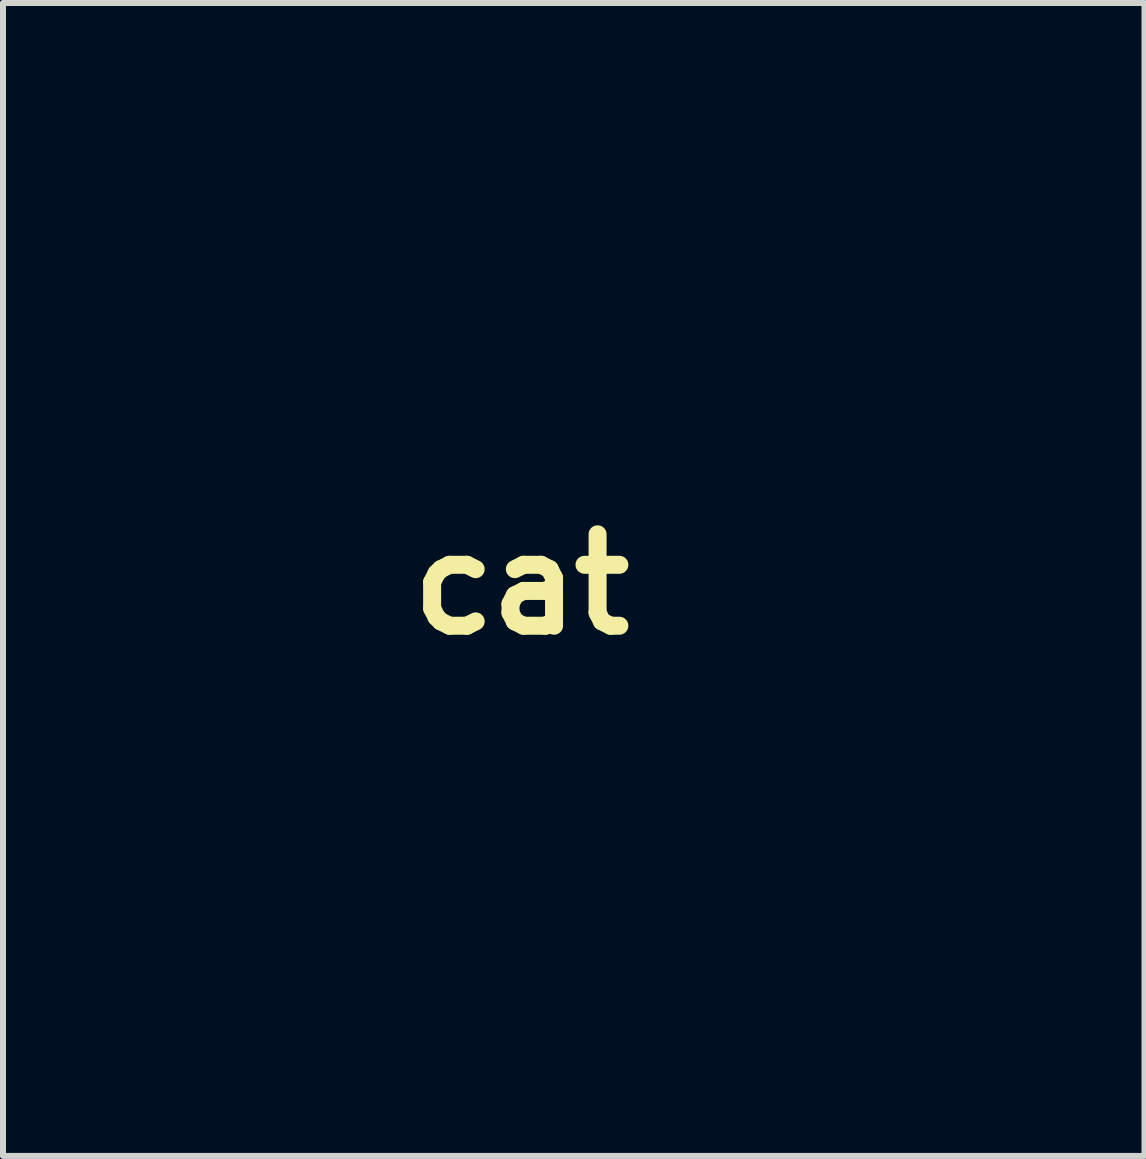
<source format=kicad_pcb>
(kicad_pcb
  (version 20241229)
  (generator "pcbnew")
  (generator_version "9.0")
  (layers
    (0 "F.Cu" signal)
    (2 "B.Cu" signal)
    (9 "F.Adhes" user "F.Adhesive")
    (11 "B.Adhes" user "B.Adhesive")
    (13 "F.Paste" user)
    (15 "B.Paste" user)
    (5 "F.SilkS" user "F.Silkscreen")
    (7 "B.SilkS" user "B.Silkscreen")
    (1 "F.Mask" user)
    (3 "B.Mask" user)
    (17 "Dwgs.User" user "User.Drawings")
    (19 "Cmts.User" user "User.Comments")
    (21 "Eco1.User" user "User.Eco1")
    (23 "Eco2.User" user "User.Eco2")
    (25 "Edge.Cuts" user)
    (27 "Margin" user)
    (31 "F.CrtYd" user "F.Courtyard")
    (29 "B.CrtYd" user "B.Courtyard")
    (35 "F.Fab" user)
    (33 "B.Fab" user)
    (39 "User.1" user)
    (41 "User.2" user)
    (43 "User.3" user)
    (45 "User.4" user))
  (footprint "cat"
    (layer "F.Cu")
    (at 5.64 6.69)
    (property "Reference" "cat" (at 0 0 0) (layer "F.SilkS") (effects (font (size 1.524 1.524) (thickness 0.3))))
    (attr board_only exclude_from_pos_files exclude_from_bom)
    (fp_poly (pts (xy -1.531 2.981) (xy -1.543 2.999) (xy -1.583 3.002) (xy -1.626 2.992) (xy -1.607 2.977) (xy -1.545 2.973)) (stroke (width 0) (type solid)) (fill yes) (layer "F.Paste"))
    (fp_poly (pts (xy -1.323 2.892) (xy -1.352 2.919) (xy -1.36 2.925) (xy -1.433 2.96) (xy -1.468 2.954) (xy -1.46 2.925) (xy -1.403 2.89) (xy -1.368 2.885)) (stroke (width 0) (type solid)) (fill yes) (layer "F.Paste"))
    (fp_poly (pts (xy 1.278 1.15) (xy 1.28 1.177) (xy 1.249 1.237) (xy 1.18 1.298) (xy 1.108 1.363) (xy 1.08 1.421) (xy 1.058 1.486) (xy 1.01 1.508) (xy 0.986 1.495) (xy 0.959 1.418) (xy 0.997 1.322) (xy 1.094 1.224) (xy 1.198 1.15) (xy 1.255 1.126)) (stroke (width 0) (type solid)) (fill yes) (layer "F.Paste"))
    (fp_poly (pts (xy 0.186 1.763) (xy 0.231 1.789) (xy 0.226 1.833) (xy 0.22 1.843) (xy 0.165 1.869) (xy 0.057 1.882) (xy -0.076 1.883) (xy -0.208 1.872) (xy -0.312 1.851) (xy -0.357 1.826) (xy -0.37 1.797) (xy -0.341 1.778) (xy -0.258 1.765) (xy -0.108 1.756) (xy -0.098 1.756) (xy 0.079 1.753)) (stroke (width 0) (type solid)) (fill yes) (layer "F.Paste"))
    (fp_poly (pts (xy -1.432 0.092) (xy -1.307 0.146) (xy -1.155 0.238) (xy -0.983 0.34) (xy -0.79 0.444) (xy -0.656 0.507) (xy -0.522 0.574) (xy -0.432 0.638) (xy -0.393 0.688) (xy -0.415 0.717) (xy -0.45 0.721) (xy -0.514 0.702) (xy -0.629 0.651) (xy -0.778 0.576) (xy -0.942 0.488) (xy -1.105 0.396) (xy -1.218 0.326) (xy -1.377 0.235) (xy -1.481 0.201) (xy -1.532 0.226) (xy -1.529 0.31) (xy -1.476 0.455) (xy -1.456 0.497) (xy -1.366 0.66) (xy -1.252 0.827) (xy -1.19 0.903) (xy -1.093 1.028) (xy -1.061 1.106) (xy -1.069 1.127) (xy -1.12 1.124) (xy -1.209 1.05) (xy -1.266 0.988) (xy -1.411 0.8) (xy -1.525 0.611) (xy -1.6 0.432) (xy -1.632 0.279) (xy -1.617 0.164) (xy -1.592 0.128) (xy -1.523 0.088)) (stroke (width 0) (type solid)) (fill yes) (layer "F.Paste"))
    (fp_poly (pts (xy -3.744 3.509) (xy -3.736 3.597) (xy -3.748 3.741) (xy -3.779 3.921) (xy -3.823 4.117) (xy -3.878 4.31) (xy -3.898 4.369) (xy -3.988 4.584) (xy -4.111 4.795) (xy -4.275 5.015) (xy -4.49 5.257) (xy -4.724 5.493) (xy -4.884 5.65) (xy -4.995 5.766) (xy -5.065 5.851) (xy -5.103 5.917) (xy -5.118 5.978) (xy -5.12 6.019) (xy -5.108 6.122) (xy -5.059 6.181) (xy -5 6.21) (xy -4.865 6.24) (xy -4.706 6.222) (xy -4.506 6.154) (xy -4.455 6.131) (xy -4.277 6.053) (xy -4.362 5.968) (xy -4.438 5.913) (xy -4.499 5.904) (xy -4.563 5.892) (xy -4.623 5.846) (xy -4.664 5.793) (xy -4.663 5.748) (xy -4.614 5.684) (xy -4.577 5.645) (xy -4.462 5.541) (xy -4.346 5.464) (xy -4.249 5.425) (xy -4.199 5.429) (xy -4.161 5.481) (xy -4.19 5.522) (xy -4.226 5.529) (xy -4.297 5.551) (xy -4.391 5.607) (xy -4.483 5.677) (xy -4.546 5.741) (xy -4.56 5.771) (xy -4.529 5.803) (xy -4.46 5.805) (xy -4.389 5.778) (xy -4.371 5.765) (xy -4.31 5.738) (xy -4.265 5.773) (xy -4.258 5.851) (xy -4.261 5.863) (xy -4.266 5.905) (xy -4.24 5.896) (xy -4.172 5.829) (xy -4.16 5.816) (xy -4.081 5.719) (xy -4.054 5.64) (xy -4.062 5.562) (xy -4.073 5.479) (xy -4.05 5.453) (xy -4.014 5.456) (xy -3.962 5.502) (xy -3.945 5.592) (xy -3.962 5.701) (xy -4.012 5.8) (xy -4.022 5.812) (xy -4.064 5.863) (xy -4.067 5.882) (xy -4.024 5.866) (xy -3.931 5.812) (xy -3.782 5.719) (xy -3.633 5.622) (xy -3.45 5.507) (xy -3.286 5.416) (xy -3.118 5.338) (xy -2.923 5.262) (xy -2.678 5.179) (xy -2.621 5.16) (xy -2.26 5.047) (xy -1.874 4.932) (xy -1.483 4.822) (xy -1.108 4.722) (xy -0.771 4.639) (xy -0.54 4.586) (xy -0.36 4.546) (xy -0.185 4.502) (xy -0.05 4.463) (xy -0.04 4.46) (xy 0.269 4.36) (xy 0.51 4.286) (xy 0.691 4.235) (xy 0.819 4.207) (xy 0.901 4.2) (xy 0.946 4.212) (xy 0.96 4.241) (xy 0.96 4.243) (xy 0.924 4.267) (xy 0.826 4.308) (xy 0.68 4.361) (xy 0.5 4.423) (xy 0.302 4.488) (xy 0.1 4.551) (xy -0.092 4.608) (xy -0.259 4.654) (xy -0.386 4.685) (xy -0.398 4.687) (xy -0.53 4.714) (xy -0.712 4.755) (xy -0.926 4.805) (xy -1.151 4.859) (xy -1.367 4.912) (xy -1.555 4.96) (xy -1.695 4.997) (xy -1.74 5.01) (xy -2.115 5.128) (xy -2.425 5.227) (xy -2.679 5.312) (xy -2.889 5.387) (xy -3.066 5.457) (xy -3.219 5.526) (xy -3.361 5.6) (xy -3.502 5.681) (xy -3.653 5.775) (xy -3.756 5.842) (xy -4.008 6.005) (xy -4.207 6.128) (xy -4.364 6.217) (xy -4.491 6.279) (xy -4.6 6.319) (xy -4.704 6.343) (xy -4.767 6.353) (xy -4.929 6.353) (xy -5.072 6.301) (xy -5.08 6.297) (xy -5.166 6.241) (xy -5.207 6.181) (xy -5.218 6.086) (xy -5.217 6.033) (xy -5.209 5.922) (xy -5.179 5.836) (xy -5.113 5.745) (xy -5.033 5.658) (xy -4.935 5.549) (xy -4.86 5.454) (xy -4.827 5.399) (xy -4.78 5.339) (xy -4.747 5.328) (xy -4.69 5.299) (xy -4.599 5.222) (xy -4.488 5.111) (xy -4.371 4.982) (xy -4.262 4.85) (xy -4.189 4.747) (xy -4.115 4.609) (xy -4.037 4.421) (xy -3.962 4.209) (xy -3.899 3.996) (xy -3.856 3.806) (xy -3.84 3.665) (xy -3.83 3.545) (xy -3.806 3.474) (xy -3.773 3.463)) (stroke (width 0) (type solid)) (fill yes) (layer "F.Paste"))
    (fp_poly (pts (xy 1.869 -6.669) (xy 1.863 -6.587) (xy 1.862 -6.584) (xy 1.857 -6.496) (xy 1.905 -6.423) (xy 1.942 -6.392) (xy 2.012 -6.32) (xy 2.044 -6.23) (xy 2.051 -6.118) (xy 2.054 -5.929) (xy 2.211 -5.929) (xy 2.347 -5.947) (xy 2.472 -5.991) (xy 2.483 -5.997) (xy 2.578 -6.038) (xy 2.627 -6.031) (xy 2.62 -5.988) (xy 2.559 -5.929) (xy 2.482 -5.838) (xy 2.473 -5.752) (xy 2.464 -5.677) (xy 2.414 -5.589) (xy 2.313 -5.471) (xy 2.283 -5.44) (xy 2.169 -5.313) (xy 2.105 -5.216) (xy 2.081 -5.13) (xy 2.08 -5.1) (xy 2.073 -4.992) (xy 2.055 -4.841) (xy 2.033 -4.692) (xy 2.015 -4.558) (xy 2.006 -4.405) (xy 2.006 -4.218) (xy 2.016 -3.981) (xy 2.032 -3.7) (xy 2.049 -3.462) (xy 2.065 -3.246) (xy 2.08 -3.067) (xy 2.092 -2.94) (xy 2.099 -2.885) (xy 2.117 -2.773) (xy 2.137 -2.644) (xy 2.137 -2.644) (xy 2.182 -2.338) (xy 2.229 -2.055) (xy 2.274 -1.811) (xy 2.315 -1.621) (xy 2.336 -1.542) (xy 2.372 -1.403) (xy 2.415 -1.203) (xy 2.462 -0.961) (xy 2.508 -0.698) (xy 2.552 -0.432) (xy 2.589 -0.183) (xy 2.602 -0.082) (xy 2.616 0.069) (xy 2.628 0.276) (xy 2.637 0.515) (xy 2.642 0.764) (xy 2.642 0.847) (xy 2.635 1.194) (xy 2.61 1.518) (xy 2.563 1.837) (xy 2.49 2.17) (xy 2.389 2.537) (xy 2.26 2.944) (xy 2.198 3.136) (xy 2.148 3.299) (xy 2.115 3.42) (xy 2.102 3.483) (xy 2.102 3.489) (xy 2.143 3.517) (xy 2.236 3.569) (xy 2.362 3.634) (xy 2.369 3.637) (xy 2.666 3.755) (xy 3.033 3.852) (xy 3.458 3.924) (xy 3.934 3.972) (xy 4.105 3.982) (xy 4.394 4.001) (xy 4.632 4.029) (xy 4.85 4.072) (xy 5.079 4.135) (xy 5.18 4.167) (xy 5.356 4.216) (xy 5.558 4.262) (xy 5.694 4.287) (xy 5.904 4.334) (xy 6.153 4.412) (xy 6.413 4.51) (xy 6.655 4.618) (xy 6.815 4.702) (xy 7.047 4.87) (xy 7.219 5.072) (xy 7.305 5.228) (xy 7.384 5.475) (xy 7.386 5.706) (xy 7.312 5.918) (xy 7.164 6.107) (xy 6.944 6.269) (xy 6.814 6.336) (xy 6.684 6.385) (xy 6.521 6.434) (xy 6.347 6.477) (xy 6.185 6.51) (xy 6.059 6.526) (xy 6 6.524) (xy 5.954 6.517) (xy 5.847 6.504) (xy 5.694 6.485) (xy 5.558 6.468) (xy 5.343 6.431) (xy 5.073 6.368) (xy 4.771 6.285) (xy 4.455 6.19) (xy 4.146 6.087) (xy 3.865 5.983) (xy 3.63 5.884) (xy 3.56 5.85) (xy 3.414 5.784) (xy 3.227 5.709) (xy 3.036 5.64) (xy 3.004 5.629) (xy 2.855 5.574) (xy 2.698 5.501) (xy 2.523 5.405) (xy 2.32 5.279) (xy 2.08 5.119) (xy 1.791 4.916) (xy 1.667 4.828) (xy 1.499 4.7) (xy 1.341 4.567) (xy 1.207 4.442) (xy 1.11 4.338) (xy 1.068 4.273) (xy 1.049 4.192) (xy 1.079 4.174) (xy 1.156 4.22) (xy 1.282 4.329) (xy 1.31 4.356) (xy 1.472 4.501) (xy 1.684 4.676) (xy 1.931 4.868) (xy 2.193 5.062) (xy 2.455 5.246) (xy 2.584 5.321) (xy 2.758 5.405) (xy 2.947 5.485) (xy 3.015 5.51) (xy 3.225 5.588) (xy 3.454 5.679) (xy 3.659 5.764) (xy 3.7 5.781) (xy 4.06 5.927) (xy 4.445 6.061) (xy 4.831 6.177) (xy 5.197 6.269) (xy 5.522 6.331) (xy 5.604 6.342) (xy 5.903 6.372) (xy 6.143 6.382) (xy 6.341 6.37) (xy 6.518 6.331) (xy 6.689 6.266) (xy 6.858 6.179) (xy 7.067 6.027) (xy 7.204 5.847) (xy 7.269 5.647) (xy 7.261 5.436) (xy 7.179 5.223) (xy 7.023 5.016) (xy 6.944 4.939) (xy 6.778 4.82) (xy 6.554 4.697) (xy 6.296 4.581) (xy 6.023 4.48) (xy 5.76 4.403) (xy 5.58 4.367) (xy 5.407 4.336) (xy 5.247 4.3) (xy 5.131 4.265) (xy 5.12 4.261) (xy 4.995 4.214) (xy 4.864 4.177) (xy 4.711 4.148) (xy 4.522 4.124) (xy 4.282 4.104) (xy 4 4.086) (xy 3.57 4.053) (xy 3.203 4.005) (xy 2.881 3.939) (xy 2.587 3.85) (xy 2.304 3.736) (xy 2.171 3.673) (xy 2.013 3.586) (xy 1.925 3.515) (xy 1.899 3.448) (xy 1.931 3.378) (xy 1.955 3.349) (xy 2.017 3.251) (xy 2.09 3.089) (xy 2.169 2.876) (xy 2.249 2.627) (xy 2.327 2.355) (xy 2.398 2.076) (xy 2.458 1.803) (xy 2.504 1.549) (xy 2.516 1.462) (xy 2.54 1.146) (xy 2.542 0.77) (xy 2.523 0.353) (xy 2.484 -0.087) (xy 2.427 -0.535) (xy 2.354 -0.971) (xy 2.267 -1.379) (xy 2.241 -1.482) (xy 2.201 -1.656) (xy 2.154 -1.888) (xy 2.105 -2.158) (xy 2.056 -2.445) (xy 2.013 -2.729) (xy 1.98 -2.965) (xy 1.945 -3.309) (xy 1.922 -3.679) (xy 1.911 -4.057) (xy 1.913 -4.42) (xy 1.928 -4.75) (xy 1.956 -5.025) (xy 1.964 -5.076) (xy 1.966 -5.14) (xy 1.965 -5.183) (xy 1.951 -5.234) (xy 1.908 -5.214) (xy 1.9 -5.208) (xy 1.85 -5.182) (xy 1.84 -5.202) (xy 1.811 -5.228) (xy 1.78 -5.223) (xy 1.717 -5.234) (xy 1.696 -5.264) (xy 1.646 -5.322) (xy 1.582 -5.313) (xy 1.525 -5.241) (xy 1.519 -5.226) (xy 1.487 -5.127) (xy 1.499 -5.072) (xy 1.567 -5.033) (xy 1.61 -5.016) (xy 1.691 -4.978) (xy 1.704 -4.949) (xy 1.68 -4.928) (xy 1.568 -4.89) (xy 1.474 -4.93) (xy 1.426 -4.995) (xy 1.394 -5.076) (xy 1.394 -5.156) (xy 1.428 -5.273) (xy 1.429 -5.276) (xy 1.476 -5.387) (xy 1.527 -5.439) (xy 1.581 -5.449) (xy 1.664 -5.435) (xy 1.698 -5.412) (xy 1.75 -5.391) (xy 1.793 -5.395) (xy 1.876 -5.383) (xy 1.917 -5.353) (xy 1.95 -5.327) (xy 1.995 -5.336) (xy 2.064 -5.39) (xy 2.164 -5.485) (xy 2.263 -5.592) (xy 2.333 -5.687) (xy 2.36 -5.749) (xy 2.348 -5.791) (xy 2.3 -5.807) (xy 2.195 -5.801) (xy 2.179 -5.799) (xy 2.067 -5.794) (xy 1.991 -5.805) (xy 1.977 -5.815) (xy 1.961 -5.873) (xy 1.945 -5.981) (xy 1.937 -6.058) (xy 1.917 -6.21) (xy 1.881 -6.295) (xy 1.821 -6.324) (xy 1.742 -6.314) (xy 1.642 -6.25) (xy 1.579 -6.128) (xy 1.56 -5.992) (xy 1.535 -5.896) (xy 1.499 -5.848) (xy 1.445 -5.822) (xy 1.386 -5.849) (xy 1.342 -5.887) (xy 1.236 -5.957) (xy 1.153 -5.954) (xy 1.101 -5.878) (xy 1.088 -5.807) (xy 1.098 -5.678) (xy 1.158 -5.591) (xy 1.199 -5.542) (xy 1.224 -5.476) (xy 1.236 -5.373) (xy 1.24 -5.212) (xy 1.24 -5.177) (xy 1.23 -4.957) (xy 1.203 -4.676) (xy 1.16 -4.35) (xy 1.105 -3.997) (xy 1.04 -3.633) (xy 0.967 -3.275) (xy 0.901 -2.985) (xy 0.85 -2.771) (xy 0.804 -2.573) (xy 0.768 -2.411) (xy 0.746 -2.302) (xy 0.743 -2.284) (xy 0.701 -2.015) (xy 0.672 -1.812) (xy 0.656 -1.66) (xy 0.652 -1.544) (xy 0.66 -1.452) (xy 0.678 -1.37) (xy 0.692 -1.322) (xy 0.737 -1.164) (xy 0.772 -0.997) (xy 0.778 -0.963) (xy 0.822 -0.797) (xy 0.896 -0.686) (xy 0.99 -0.641) (xy 1 -0.641) (xy 1.066 -0.664) (xy 1.168 -0.725) (xy 1.25 -0.784) (xy 1.361 -0.865) (xy 1.434 -0.899) (xy 1.491 -0.895) (xy 1.518 -0.882) (xy 1.575 -0.836) (xy 1.581 -0.802) (xy 1.566 -0.75) (xy 1.545 -0.637) (xy 1.52 -0.479) (xy 1.498 -0.334) (xy 1.471 -0.155) (xy 1.443 -0.006) (xy 1.42 0.095) (xy 1.405 0.131) (xy 1.399 0.182) (xy 1.407 0.292) (xy 1.429 0.442) (xy 1.445 0.532) (xy 1.5 0.88) (xy 1.516 1.171) (xy 1.494 1.399) (xy 1.462 1.504) (xy 1.426 1.603) (xy 1.431 1.634) (xy 1.475 1.598) (xy 1.56 1.493) (xy 1.686 1.32) (xy 1.693 1.311) (xy 1.822 1.128) (xy 1.962 0.93) (xy 2.088 0.751) (xy 2.122 0.703) (xy 2.214 0.571) (xy 2.286 0.462) (xy 2.329 0.393) (xy 2.334 0.383) (xy 2.368 0.361) (xy 2.379 0.368) (xy 2.369 0.41) (xy 2.322 0.504) (xy 2.244 0.637) (xy 2.142 0.794) (xy 2.134 0.806) (xy 1.993 1.02) (xy 1.895 1.17) (xy 1.84 1.261) (xy 1.825 1.296) (xy 1.849 1.277) (xy 1.897 1.222) (xy 1.961 1.157) (xy 1.997 1.139) (xy 2 1.146) (xy 1.976 1.2) (xy 1.913 1.3) (xy 1.821 1.431) (xy 1.713 1.576) (xy 1.599 1.721) (xy 1.49 1.85) (xy 1.443 1.903) (xy 1.339 2.033) (xy 1.249 2.177) (xy 1.22 2.236) (xy 1.161 2.348) (xy 1.099 2.428) (xy 1.077 2.445) (xy 1.037 2.475) (xy 1.03 2.522) (xy 1.053 2.609) (xy 1.067 2.653) (xy 1.105 2.845) (xy 1.093 3.035) (xy 1.034 3.197) (xy 0.982 3.267) (xy 0.833 3.382) (xy 0.652 3.473) (xy 0.472 3.526) (xy 0.388 3.533) (xy 0.244 3.507) (xy 0.139 3.443) (xy 0.13 3.428) (xy 0.44 3.428) (xy 0.472 3.426) (xy 0.554 3.397) (xy 0.59 3.382) (xy 0.698 3.336) (xy 0.778 3.302) (xy 0.79 3.297) (xy 0.836 3.246) (xy 0.84 3.225) (xy 0.872 3.167) (xy 0.898 3.151) (xy 0.955 3.09) (xy 0.983 2.976) (xy 0.98 2.831) (xy 0.943 2.677) (xy 0.939 2.666) (xy 0.881 2.536) (xy 0.839 2.48) (xy 0.816 2.492) (xy 0.815 2.567) (xy 0.839 2.699) (xy 0.864 2.794) (xy 0.871 2.868) (xy 0.844 2.883) (xy 0.799 2.846) (xy 0.749 2.762) (xy 0.746 2.754) (xy 0.692 2.624) (xy 0.662 2.836) (xy 0.624 3.003) (xy 0.563 3.172) (xy 0.536 3.229) (xy 0.481 3.335) (xy 0.447 3.409) (xy 0.44 3.428) (xy 0.13 3.428) (xy 0.089 3.353) (xy 0.088 3.311) (xy 0.118 3.238) (xy 0.162 3.215) (xy 0.195 3.246) (xy 0.2 3.282) (xy 0.216 3.353) (xy 0.259 3.363) (xy 0.318 3.323) (xy 0.385 3.243) (xy 0.45 3.135) (xy 0.503 3.009) (xy 0.532 2.903) (xy 0.54 2.789) (xy 0.501 2.724) (xy 0.403 2.695) (xy 0.344 2.69) (xy 0.226 2.676) (xy 0.135 2.652) (xy 0.124 2.647) (xy 0.038 2.636) (xy -0.097 2.671) (xy -0.284 2.753) (xy -0.524 2.883) (xy -0.82 3.063) (xy -1.174 3.293) (xy -1.288 3.369) (xy -1.491 3.503) (xy -1.68 3.621) (xy -1.844 3.717) (xy -1.971 3.786) (xy -2.053 3.821) (xy -2.078 3.819) (xy -2.045 3.787) (xy -1.957 3.722) (xy -1.824 3.633) (xy -1.661 3.528) (xy -1.608 3.495) (xy -1.4 3.363) (xy -1.182 3.222) (xy -0.98 3.089) (xy -0.826 2.983) (xy -0.67 2.876) (xy -0.521 2.778) (xy -0.402 2.705) (xy -0.366 2.685) (xy -0.281 2.635) (xy -0.27 2.612) (xy -0.333 2.618) (xy -0.467 2.651) (xy -0.673 2.713) (xy -0.776 2.745) (xy -0.997 2.814) (xy -1.149 2.858) (xy -1.23 2.877) (xy -1.24 2.871) (xy -1.177 2.84) (xy -1.04 2.784) (xy -0.92 2.739) (xy -0.757 2.676) (xy -0.623 2.621) (xy -0.534 2.581) (xy -0.509 2.567) (xy -0.53 2.541) (xy -0.611 2.497) (xy -0.737 2.441) (xy -0.81 2.412) (xy -1.013 2.332) (xy -1.149 2.269) (xy -1.227 2.217) (xy -1.254 2.171) (xy -1.242 2.125) (xy -1.241 2.124) (xy -1.207 2.091) (xy -1.156 2.104) (xy -1.092 2.147) (xy -1.004 2.197) (xy -0.864 2.262) (xy -0.698 2.329) (xy -0.626 2.355) (xy -0.272 2.482) (xy -0.111 2.399) (xy 0.003 2.35) (xy 0.072 2.348) (xy 0.094 2.362) (xy 0.116 2.411) (xy 0.089 2.439) (xy 0.072 2.472) (xy 0.129 2.512) (xy 0.141 2.517) (xy 0.309 2.561) (xy 0.491 2.537) (xy 0.591 2.5) (xy 0.74 2.437) (xy 0.65 2.375) (xy 0.582 2.308) (xy 0.562 2.245) (xy 0.592 2.207) (xy 0.615 2.203) (xy 0.685 2.232) (xy 0.72 2.264) (xy 0.796 2.319) (xy 0.862 2.298) (xy 0.909 2.201) (xy 0.911 2.196) (xy 0.95 2.095) (xy 0.994 2.053) (xy 1.028 2.076) (xy 1.04 2.152) (xy 1.03 2.249) (xy 1.01 2.306) (xy 1.009 2.313) (xy 1.045 2.277) (xy 1.092 2.194) (xy 1.129 2.074) (xy 1.136 2.038) (xy 1.169 1.909) (xy 1.225 1.749) (xy 1.282 1.619) (xy 1.366 1.386) (xy 1.4 1.139) (xy 1.384 0.859) (xy 1.336 0.595) (xy 1.306 0.435) (xy 1.291 0.287) (xy 1.293 0.187) (xy 1.308 0.091) (xy 1.333 -0.058) (xy 1.362 -0.235) (xy 1.376 -0.318) (xy 1.401 -0.482) (xy 1.419 -0.613) (xy 1.426 -0.693) (xy 1.425 -0.71) (xy 1.374 -0.712) (xy 1.293 -0.644) (xy 1.182 -0.505) (xy 1.039 -0.296) (xy 0.939 -0.148) (xy 0.852 -0.031) (xy 0.787 0.042) (xy 0.758 0.059) (xy 0.749 0.008) (xy 0.789 -0.096) (xy 0.875 -0.249) (xy 0.968 -0.391) (xy 1.084 -0.561) (xy 0.987 -0.561) (xy 0.889 -0.548) (xy 0.761 -0.514) (xy 0.72 -0.501) (xy 0.604 -0.46) (xy 0.545 -0.445) (xy 0.523 -0.455) (xy 0.52 -0.488) (xy 0.52 -0.492) (xy 0.554 -0.541) (xy 0.634 -0.587) (xy 0.635 -0.587) (xy 0.749 -0.63) (xy 0.652 -1.006) (xy 0.607 -1.181) (xy 0.567 -1.336) (xy 0.539 -1.449) (xy 0.531 -1.482) (xy 0.489 -1.582) (xy 0.419 -1.689) (xy 0.414 -1.696) (xy 0.352 -1.78) (xy 0.321 -1.84) (xy 0.32 -1.846) (xy 0.347 -1.881) (xy 0.412 -1.868) (xy 0.483 -1.82) (xy 0.527 -1.788) (xy 0.553 -1.804) (xy 0.573 -1.882) (xy 0.58 -1.924) (xy 0.59 -2.036) (xy 0.58 -2.114) (xy 0.573 -2.127) (xy 0.496 -2.181) (xy 0.361 -2.256) (xy 0.185 -2.344) (xy -0.016 -2.437) (xy -0.225 -2.527) (xy -0.425 -2.607) (xy -0.6 -2.67) (xy -0.688 -2.696) (xy -1.062 -2.793) (xy -1.379 -2.864) (xy -1.656 -2.911) (xy -1.909 -2.938) (xy -2.157 -2.946) (xy -2.417 -2.936) (xy -2.54 -2.928) (xy -2.866 -2.898) (xy -3.127 -2.866) (xy -3.339 -2.825) (xy -3.518 -2.77) (xy -3.678 -2.697) (xy -3.836 -2.599) (xy -4.008 -2.472) (xy -4.088 -2.408) (xy -4.365 -2.151) (xy -4.6 -1.855) (xy -4.808 -1.501) (xy -4.865 -1.385) (xy -4.944 -1.199) (xy -5.001 -1.011) (xy -5.039 -0.807) (xy -5.059 -0.572) (xy -5.061 -0.294) (xy -5.049 0.044) (xy -5.038 0.22) (xy -5.019 0.51) (xy -5.001 0.746) (xy -4.98 0.951) (xy -4.956 1.151) (xy -4.924 1.371) (xy -4.897 1.542) (xy -4.879 1.668) (xy -4.86 1.834) (xy -4.845 1.983) (xy -4.819 2.264) (xy -4.773 2.083) (xy -4.742 1.945) (xy -4.705 1.75) (xy -4.665 1.518) (xy -4.626 1.272) (xy -4.59 1.033) (xy -4.562 0.822) (xy -4.544 0.662) (xy -4.543 0.641) (xy -4.533 0.514) (xy -4.526 0.421) (xy -4.523 0.391) (xy -4.488 0.362) (xy -4.474 0.361) (xy -4.451 0.389) (xy -4.443 0.479) (xy -4.452 0.64) (xy -4.453 0.656) (xy -4.506 1.117) (xy -4.587 1.609) (xy -4.691 2.115) (xy -4.815 2.617) (xy -4.953 3.098) (xy -5.102 3.541) (xy -5.257 3.929) (xy -5.326 4.078) (xy -5.413 4.262) (xy -5.482 4.424) (xy -5.529 4.549) (xy -5.546 4.621) (xy -5.545 4.629) (xy -5.491 4.671) (xy -5.394 4.686) (xy -5.286 4.675) (xy -5.198 4.638) (xy -5.186 4.627) (xy -5.097 4.573) (xy -5.017 4.583) (xy -4.971 4.649) (xy -4.925 4.714) (xy -4.865 4.72) (xy -4.805 4.692) (xy -4.775 4.618) (xy -4.768 4.557) (xy -4.744 4.445) (xy -4.698 4.407) (xy -4.698 4.407) (xy -4.646 4.427) (xy -4.64 4.442) (xy -4.607 4.483) (xy -4.53 4.5) (xy -4.446 4.489) (xy -4.426 4.48) (xy -4.366 4.416) (xy -4.384 4.337) (xy -4.441 4.275) (xy -4.509 4.184) (xy -4.546 4.085) (xy -4.569 4.006) (xy -4.602 3.995) (xy -4.628 4.013) (xy -4.687 4.082) (xy -4.744 4.174) (xy -4.806 4.266) (xy -4.858 4.28) (xy -4.893 4.23) (xy -4.885 4.162) (xy -4.818 4.064) (xy -4.69 3.937) (xy -4.5 3.777) (xy -4.244 3.584) (xy -3.921 3.356) (xy -3.615 3.148) (xy -3.08 2.829) (xy -2.502 2.554) (xy -1.911 2.337) (xy -1.724 2.282) (xy -1.539 2.238) (xy -1.425 2.228) (xy -1.387 2.241) (xy -1.369 2.261) (xy -1.37 2.278) (xy -1.4 2.297) (xy -1.472 2.323) (xy -1.595 2.361) (xy -1.783 2.415) (xy -1.818 2.425) (xy -2.324 2.602) (xy -2.857 2.847) (xy -3.411 3.158) (xy -3.978 3.53) (xy -4.139 3.645) (xy -4.3 3.763) (xy -4.403 3.843) (xy -4.458 3.897) (xy -4.473 3.933) (xy -4.455 3.963) (xy -4.42 3.991) (xy -4.369 4.042) (xy -4.388 4.079) (xy -4.391 4.081) (xy -4.41 4.118) (xy -4.367 4.18) (xy -4.34 4.206) (xy -4.257 4.325) (xy -4.246 4.441) (xy -4.299 4.537) (xy -4.411 4.596) (xy -4.503 4.607) (xy -4.594 4.618) (xy -4.639 4.643) (xy -4.64 4.647) (xy -4.673 4.719) (xy -4.752 4.791) (xy -4.847 4.839) (xy -4.895 4.848) (xy -4.99 4.825) (xy -5.038 4.79) (xy -5.095 4.753) (xy -5.178 4.774) (xy -5.18 4.775) (xy -5.287 4.797) (xy -5.431 4.794) (xy -5.457 4.79) (xy -5.64 4.763) (xy -5.64 4.581) (xy -5.617 4.409) (xy -5.565 4.293) (xy -5.48 4.154) (xy -5.383 3.968) (xy -5.288 3.765) (xy -5.21 3.573) (xy -5.186 3.506) (xy -5.092 3.208) (xy -5.016 2.94) (xy -4.959 2.711) (xy -4.923 2.531) (xy -4.912 2.409) (xy -4.92 2.364) (xy -4.943 2.282) (xy -4.957 2.155) (xy -4.96 2.072) (xy -4.966 1.934) (xy -4.983 1.749) (xy -5.007 1.547) (xy -5.019 1.463) (xy -5.055 1.186) (xy -5.086 0.874) (xy -5.112 0.544) (xy -5.131 0.211) (xy -5.144 -0.106) (xy -5.148 -0.393) (xy -5.143 -0.631) (xy -5.131 -0.794) (xy -5.051 -1.147) (xy -4.909 -1.508) (xy -4.714 -1.854) (xy -4.478 -2.163) (xy -4.383 -2.264) (xy -4.15 -2.483) (xy -3.945 -2.648) (xy -3.75 -2.768) (xy -3.548 -2.854) (xy -3.319 -2.917) (xy -3.274 -2.927) (xy -3.083 -2.96) (xy -2.843 -2.99) (xy -2.586 -3.015) (xy -2.355 -3.03) (xy -2.11 -3.039) (xy -1.917 -3.039) (xy -1.749 -3.028) (xy -1.579 -3.005) (xy -1.379 -2.967) (xy -1.375 -2.966) (xy -1.031 -2.892) (xy -0.744 -2.821) (xy -0.496 -2.747) (xy -0.263 -2.662) (xy -0.026 -2.559) (xy 0.139 -2.481) (xy 0.315 -2.396) (xy 0.463 -2.326) (xy 0.568 -2.277) (xy 0.618 -2.256) (xy 0.62 -2.256) (xy 0.63 -2.295) (xy 0.654 -2.396) (xy 0.688 -2.542) (xy 0.717 -2.664) (xy 0.764 -2.86) (xy 0.81 -3.051) (xy 0.85 -3.208) (xy 0.865 -3.265) (xy 0.914 -3.474) (xy 0.964 -3.735) (xy 1.012 -4.027) (xy 1.054 -4.329) (xy 1.088 -4.618) (xy 1.111 -4.873) (xy 1.12 -5.072) (xy 1.12 -5.076) (xy 1.117 -5.268) (xy 1.107 -5.397) (xy 1.086 -5.481) (xy 1.053 -5.536) (xy 1.05 -5.54) (xy 1.013 -5.6) (xy 0.991 -5.693) (xy 0.98 -5.836) (xy 0.978 -5.956) (xy 0.982 -6.15) (xy 0.997 -6.27) (xy 1.021 -6.316) (xy 1.055 -6.285) (xy 1.083 -6.217) (xy 1.144 -6.119) (xy 1.212 -6.079) (xy 1.314 -6.051) (xy 1.363 -6.033) (xy 1.41 -6.035) (xy 1.45 -6.095) (xy 1.475 -6.169) (xy 1.525 -6.284) (xy 1.588 -6.368) (xy 1.605 -6.381) (xy 1.676 -6.451) (xy 1.739 -6.555) (xy 1.741 -6.56) (xy 1.793 -6.653) (xy 1.841 -6.69)) (stroke (width 0) (type solid)) (fill yes) (layer "F.Paste")))
  (gr_rect
    (start -3 -3)
    (end 16.026 16.216)
    (stroke (width 0.1) (type default))
    (fill no)
    (layer "Edge.Cuts")))
</source>
